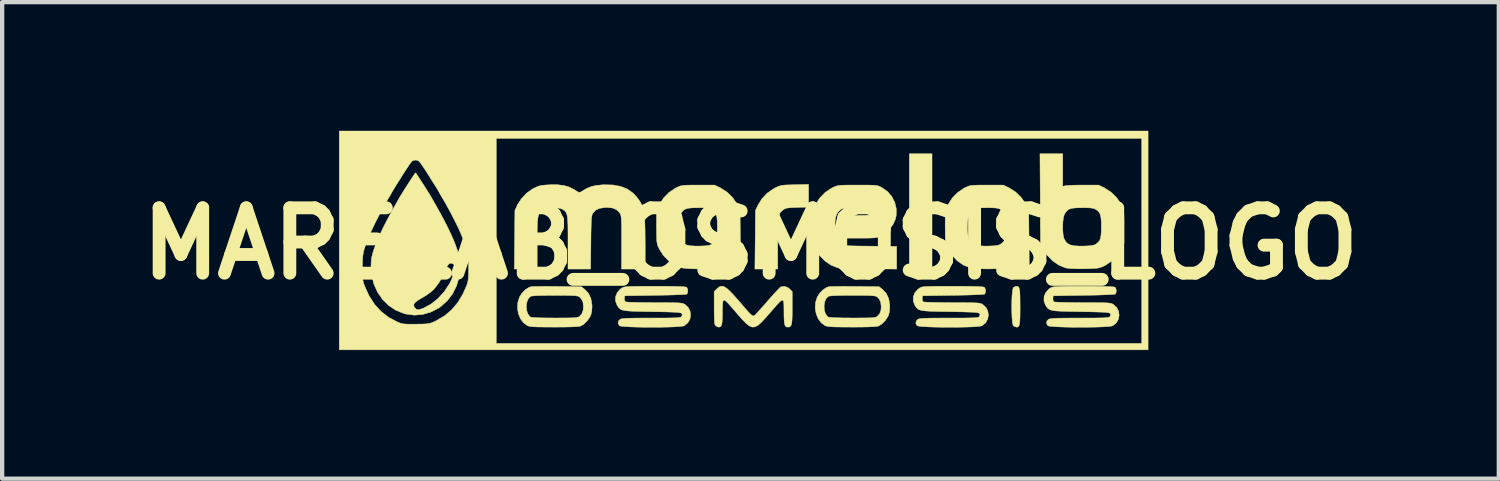
<source format=kicad_pcb>
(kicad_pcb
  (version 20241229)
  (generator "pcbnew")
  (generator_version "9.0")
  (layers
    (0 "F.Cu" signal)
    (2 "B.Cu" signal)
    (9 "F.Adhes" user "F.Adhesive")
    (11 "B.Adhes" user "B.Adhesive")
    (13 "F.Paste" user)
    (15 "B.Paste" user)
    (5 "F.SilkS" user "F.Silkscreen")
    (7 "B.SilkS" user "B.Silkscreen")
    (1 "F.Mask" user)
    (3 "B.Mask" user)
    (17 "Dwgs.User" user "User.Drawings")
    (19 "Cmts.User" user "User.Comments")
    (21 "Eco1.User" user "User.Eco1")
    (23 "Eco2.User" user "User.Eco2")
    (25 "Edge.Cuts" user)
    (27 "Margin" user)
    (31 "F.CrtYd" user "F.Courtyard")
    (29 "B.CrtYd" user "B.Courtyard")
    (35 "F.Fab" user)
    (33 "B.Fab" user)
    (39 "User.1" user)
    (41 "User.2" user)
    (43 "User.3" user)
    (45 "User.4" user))
  (footprint "MARELAB_OSMOSIS_LOGO"
    (layer "F.Cu")
    (at 14.449 2.63)
    (property "Reference" "MARELAB_OSMOSIS_LOGO" (at 0 0 0) (layer "F.SilkS") (effects (font (size 1.524 1.524) (thickness 0.3))))
    (attr through_hole)
    (fp_poly (pts (xy 4.233 0.593) (xy 3.704 0.593) (xy 3.704 -2.095) (xy 4.233 -2.095) (xy 4.233 0.593)) (stroke (width 0.01) (type solid)) (fill yes) (layer "F.SilkS"))
    (fp_poly (pts (xy 6.227 0.998) (xy 6.249 1.01) (xy 6.264 1.036) (xy 6.275 1.081) (xy 6.282 1.15) (xy 6.285 1.249) (xy 6.286 1.382) (xy 6.287 1.471) (xy 6.286 1.625) (xy 6.284 1.742) (xy 6.279 1.827) (xy 6.271 1.885) (xy 6.258 1.921) (xy 6.24 1.94) (xy 6.215 1.947) (xy 6.199 1.947) (xy 6.155 1.933) (xy 6.129 1.914) (xy 6.116 1.88) (xy 6.106 1.812) (xy 6.098 1.718) (xy 6.094 1.606) (xy 6.092 1.485) (xy 6.093 1.364) (xy 6.097 1.249) (xy 6.104 1.151) (xy 6.114 1.076) (xy 6.126 1.033) (xy 6.129 1.028) (xy 6.172 1.001) (xy 6.199 0.995) (xy 6.227 0.998)) (stroke (width 0.01) (type solid)) (fill yes) (layer "F.SilkS"))
    (fp_poly (pts (xy 1.355 -0.851) (xy 1.092 -0.844) (xy 0.977 -0.839) (xy 0.896 -0.834) (xy 0.841 -0.825) (xy 0.802 -0.812) (xy 0.77 -0.793) (xy 0.769 -0.792) (xy 0.732 -0.763) (xy 0.703 -0.734) (xy 0.68 -0.698) (xy 0.663 -0.652) (xy 0.651 -0.589) (xy 0.643 -0.506) (xy 0.638 -0.398) (xy 0.636 -0.259) (xy 0.635 -0.084) (xy 0.635 -0.005) (xy 0.635 0.593) (xy 0.103 0.593) (xy 0.11 -0.09) (xy 0.116 -0.773) (xy 0.173 -0.894) (xy 0.267 -1.046) (xy 0.392 -1.178) (xy 0.54 -1.281) (xy 0.569 -1.297) (xy 0.624 -1.323) (xy 0.671 -1.342) (xy 0.719 -1.354) (xy 0.776 -1.363) (xy 0.853 -1.368) (xy 0.959 -1.371) (xy 1.031 -1.373) (xy 1.355 -1.38) (xy 1.355 -0.851)) (stroke (width 0.01) (type solid)) (fill yes) (layer "F.SilkS"))
    (fp_poly (pts (xy -4.626 0.998) (xy -4.496 0.999) (xy -3.944 1.005) (xy -3.869 1.063) (xy -3.779 1.157) (xy -3.721 1.279) (xy -3.696 1.424) (xy -3.694 1.471) (xy -3.701 1.577) (xy -3.72 1.659) (xy -3.74 1.704) (xy -3.808 1.804) (xy -3.89 1.882) (xy -3.965 1.925) (xy -4.006 1.932) (xy -4.086 1.938) (xy -4.201 1.943) (xy -4.346 1.946) (xy -4.519 1.947) (xy -4.579 1.947) (xy -4.752 1.946) (xy -4.888 1.945) (xy -4.992 1.943) (xy -5.07 1.939) (xy -5.126 1.933) (xy -5.166 1.925) (xy -5.196 1.915) (xy -5.203 1.912) (xy -5.296 1.844) (xy -5.366 1.747) (xy -5.413 1.631) (xy -5.433 1.503) (xy -5.43 1.447) (xy -5.226 1.447) (xy -5.221 1.542) (xy -5.197 1.628) (xy -5.153 1.693) (xy -5.128 1.713) (xy -5.095 1.72) (xy -5.023 1.725) (xy -4.918 1.73) (xy -4.782 1.733) (xy -4.62 1.734) (xy -4.561 1.735) (xy -4.396 1.734) (xy -4.267 1.733) (xy -4.171 1.731) (xy -4.1 1.728) (xy -4.052 1.722) (xy -4.019 1.715) (xy -3.997 1.705) (xy -3.987 1.698) (xy -3.93 1.634) (xy -3.901 1.551) (xy -3.895 1.471) (xy -3.906 1.368) (xy -3.942 1.291) (xy -3.987 1.244) (xy -4.005 1.233) (xy -4.031 1.224) (xy -4.07 1.217) (xy -4.128 1.213) (xy -4.209 1.21) (xy -4.319 1.208) (xy -4.464 1.207) (xy -4.558 1.207) (xy -4.729 1.208) (xy -4.874 1.21) (xy -4.99 1.214) (xy -5.073 1.22) (xy -5.118 1.226) (xy -5.124 1.228) (xy -5.177 1.279) (xy -5.211 1.356) (xy -5.226 1.447) (xy -5.43 1.447) (xy -5.425 1.372) (xy -5.386 1.248) (xy -5.379 1.234) (xy -5.321 1.147) (xy -5.246 1.072) (xy -5.165 1.021) (xy -5.117 1.005) (xy -5.078 1.002) (xy -5.002 1) (xy -4.898 0.998) (xy -4.77 0.997) (xy -4.626 0.998)) (stroke (width 0.01) (type solid)) (fill yes) (layer "F.SilkS"))
    (fp_poly (pts (xy 2.316 0.998) (xy 2.446 0.999) (xy 2.998 1.005) (xy 3.074 1.063) (xy 3.163 1.157) (xy 3.222 1.279) (xy 3.247 1.424) (xy 3.248 1.471) (xy 3.242 1.577) (xy 3.223 1.659) (xy 3.203 1.704) (xy 3.135 1.804) (xy 3.053 1.882) (xy 2.978 1.925) (xy 2.937 1.932) (xy 2.857 1.938) (xy 2.742 1.943) (xy 2.596 1.946) (xy 2.423 1.947) (xy 2.364 1.947) (xy 2.191 1.946) (xy 2.055 1.945) (xy 1.951 1.943) (xy 1.873 1.939) (xy 1.817 1.933) (xy 1.776 1.925) (xy 1.747 1.915) (xy 1.739 1.912) (xy 1.647 1.844) (xy 1.576 1.747) (xy 1.53 1.631) (xy 1.509 1.503) (xy 1.513 1.447) (xy 1.717 1.447) (xy 1.721 1.542) (xy 1.745 1.628) (xy 1.789 1.693) (xy 1.815 1.713) (xy 1.848 1.72) (xy 1.92 1.725) (xy 2.025 1.73) (xy 2.161 1.733) (xy 2.323 1.734) (xy 2.381 1.735) (xy 2.547 1.734) (xy 2.675 1.733) (xy 2.772 1.731) (xy 2.842 1.728) (xy 2.891 1.722) (xy 2.924 1.715) (xy 2.946 1.705) (xy 2.956 1.698) (xy 3.013 1.634) (xy 3.042 1.551) (xy 3.048 1.471) (xy 3.037 1.368) (xy 3.001 1.291) (xy 2.956 1.244) (xy 2.937 1.233) (xy 2.911 1.224) (xy 2.872 1.217) (xy 2.815 1.213) (xy 2.734 1.21) (xy 2.623 1.208) (xy 2.479 1.207) (xy 2.385 1.207) (xy 2.214 1.208) (xy 2.068 1.21) (xy 1.952 1.214) (xy 1.87 1.22) (xy 1.824 1.226) (xy 1.819 1.228) (xy 1.766 1.279) (xy 1.731 1.356) (xy 1.717 1.447) (xy 1.513 1.447) (xy 1.517 1.372) (xy 1.556 1.248) (xy 1.563 1.234) (xy 1.622 1.147) (xy 1.697 1.072) (xy 1.778 1.021) (xy 1.825 1.005) (xy 1.865 1.002) (xy 1.94 1) (xy 2.045 0.998) (xy 2.172 0.997) (xy 2.316 0.998)) (stroke (width 0.01) (type solid)) (fill yes) (layer "F.SilkS"))
    (fp_poly (pts (xy 7.281 -1.335) (xy 7.35 -1.35) (xy 7.394 -1.355) (xy 7.472 -1.36) (xy 7.574 -1.363) (xy 7.692 -1.365) (xy 7.769 -1.365) (xy 8.118 -1.365) (xy 8.258 -1.297) (xy 8.408 -1.2) (xy 8.539 -1.072) (xy 8.639 -0.923) (xy 8.653 -0.894) (xy 8.674 -0.849) (xy 8.688 -0.808) (xy 8.698 -0.765) (xy 8.705 -0.71) (xy 8.708 -0.637) (xy 8.71 -0.537) (xy 8.71 -0.404) (xy 8.71 -0.391) (xy 8.71 -0.01) (xy 8.641 0.13) (xy 8.545 0.28) (xy 8.418 0.41) (xy 8.27 0.509) (xy 8.238 0.525) (xy 8.19 0.546) (xy 8.145 0.562) (xy 8.095 0.572) (xy 8.032 0.579) (xy 7.947 0.583) (xy 7.831 0.586) (xy 7.779 0.587) (xy 7.602 0.587) (xy 7.466 0.582) (xy 7.371 0.571) (xy 7.343 0.565) (xy 7.184 0.499) (xy 7.04 0.398) (xy 6.916 0.268) (xy 6.822 0.116) (xy 6.819 0.11) (xy 6.763 -0.011) (xy 6.76 -0.414) (xy 7.28 -0.414) (xy 7.282 -0.304) (xy 7.29 -0.206) (xy 7.306 -0.132) (xy 7.31 -0.121) (xy 7.348 -0.051) (xy 7.396 -0.001) (xy 7.463 0.032) (xy 7.553 0.051) (xy 7.675 0.058) (xy 7.769 0.057) (xy 7.882 0.053) (xy 7.961 0.045) (xy 8.016 0.032) (xy 8.05 0.015) (xy 8.101 -0.024) (xy 8.138 -0.067) (xy 8.161 -0.122) (xy 8.174 -0.198) (xy 8.18 -0.303) (xy 8.181 -0.392) (xy 8.179 -0.52) (xy 8.171 -0.614) (xy 8.155 -0.682) (xy 8.127 -0.732) (xy 8.086 -0.773) (xy 8.049 -0.799) (xy 8.016 -0.815) (xy 7.972 -0.826) (xy 7.908 -0.833) (xy 7.816 -0.836) (xy 7.734 -0.836) (xy 7.603 -0.834) (xy 7.507 -0.825) (xy 7.438 -0.806) (xy 7.388 -0.775) (xy 7.348 -0.728) (xy 7.318 -0.676) (xy 7.299 -0.613) (xy 7.286 -0.521) (xy 7.28 -0.414) (xy 6.76 -0.414) (xy 6.757 -1.053) (xy 6.75 -2.095) (xy 7.281 -2.095) (xy 7.281 -1.335)) (stroke (width 0.01) (type solid)) (fill yes) (layer "F.SilkS"))
    (fp_poly (pts (xy -0.603 1.01) (xy -0.543 1.052) (xy -0.47 1.119) (xy -0.38 1.215) (xy -0.269 1.34) (xy -0.22 1.397) (xy -0.128 1.504) (xy -0.059 1.583) (xy -0.008 1.636) (xy 0.028 1.669) (xy 0.054 1.684) (xy 0.074 1.686) (xy 0.092 1.679) (xy 0.114 1.658) (xy 0.159 1.61) (xy 0.222 1.541) (xy 0.299 1.455) (xy 0.384 1.357) (xy 0.397 1.342) (xy 0.484 1.243) (xy 0.563 1.155) (xy 0.63 1.084) (xy 0.679 1.033) (xy 0.707 1.009) (xy 0.709 1.008) (xy 0.794 0.996) (xy 0.873 1.025) (xy 0.912 1.057) (xy 0.974 1.119) (xy 0.974 1.5) (xy 0.973 1.649) (xy 0.97 1.761) (xy 0.963 1.842) (xy 0.951 1.895) (xy 0.933 1.927) (xy 0.908 1.943) (xy 0.875 1.947) (xy 0.871 1.947) (xy 0.837 1.942) (xy 0.812 1.923) (xy 0.797 1.884) (xy 0.787 1.818) (xy 0.782 1.72) (xy 0.781 1.631) (xy 0.78 1.502) (xy 0.778 1.407) (xy 0.77 1.346) (xy 0.753 1.318) (xy 0.723 1.324) (xy 0.678 1.362) (xy 0.612 1.432) (xy 0.524 1.534) (xy 0.469 1.597) (xy 0.352 1.731) (xy 0.257 1.833) (xy 0.178 1.903) (xy 0.108 1.941) (xy 0.043 1.947) (xy -0.024 1.921) (xy -0.099 1.863) (xy -0.188 1.773) (xy -0.296 1.65) (xy -0.342 1.597) (xy -0.444 1.479) (xy -0.52 1.393) (xy -0.575 1.339) (xy -0.612 1.317) (xy -0.635 1.328) (xy -0.647 1.372) (xy -0.652 1.45) (xy -0.654 1.562) (xy -0.654 1.631) (xy -0.656 1.754) (xy -0.662 1.841) (xy -0.674 1.898) (xy -0.692 1.931) (xy -0.719 1.945) (xy -0.744 1.947) (xy -0.788 1.933) (xy -0.813 1.914) (xy -0.826 1.896) (xy -0.834 1.864) (xy -0.841 1.814) (xy -0.844 1.74) (xy -0.846 1.634) (xy -0.847 1.5) (xy -0.847 1.119) (xy -0.785 1.057) (xy -0.74 1.018) (xy -0.698 0.996) (xy -0.653 0.992) (xy -0.603 1.01)) (stroke (width 0.01) (type solid)) (fill yes) (layer "F.SilkS"))
    (fp_poly (pts (xy -7.797 -1.634) (xy -7.765 -1.589) (xy -7.72 -1.521) (xy -7.667 -1.439) (xy -7.609 -1.349) (xy -7.552 -1.259) (xy -7.499 -1.175) (xy -7.457 -1.105) (xy -7.44 -1.077) (xy -7.29 -0.812) (xy -7.162 -0.578) (xy -7.055 -0.369) (xy -6.967 -0.183) (xy -6.896 -0.016) (xy -6.84 0.138) (xy -6.834 0.154) (xy -6.784 0.369) (xy -6.772 0.583) (xy -6.796 0.791) (xy -6.855 0.989) (xy -6.947 1.172) (xy -7.07 1.334) (xy -7.224 1.471) (xy -7.268 1.501) (xy -7.45 1.596) (xy -7.641 1.652) (xy -7.837 1.668) (xy -8.033 1.643) (xy -8.083 1.629) (xy -8.271 1.553) (xy -8.437 1.442) (xy -8.455 1.424) (xy -7.852 1.424) (xy -7.845 1.468) (xy -7.82 1.505) (xy -7.788 1.533) (xy -7.753 1.542) (xy -7.704 1.533) (xy -7.629 1.506) (xy -7.613 1.499) (xy -7.441 1.405) (xy -7.28 1.275) (xy -7.137 1.115) (xy -7.016 0.933) (xy -6.924 0.735) (xy -6.892 0.635) (xy -6.881 0.564) (xy -6.892 0.514) (xy -6.926 0.479) (xy -6.931 0.475) (xy -6.983 0.455) (xy -7.027 0.469) (xy -7.068 0.52) (xy -7.108 0.61) (xy -7.111 0.618) (xy -7.177 0.766) (xy -7.265 0.913) (xy -7.364 1.043) (xy -7.408 1.09) (xy -7.468 1.14) (xy -7.55 1.198) (xy -7.64 1.255) (xy -7.668 1.271) (xy -7.766 1.329) (xy -7.827 1.379) (xy -7.852 1.424) (xy -8.455 1.424) (xy -8.58 1.301) (xy -8.695 1.135) (xy -8.78 0.948) (xy -8.832 0.742) (xy -8.848 0.54) (xy -8.845 0.422) (xy -8.833 0.325) (xy -8.809 0.226) (xy -8.787 0.154) (xy -8.732 0.002) (xy -8.662 -0.164) (xy -8.576 -0.348) (xy -8.472 -0.553) (xy -8.347 -0.785) (xy -8.199 -1.046) (xy -8.181 -1.077) (xy -8.145 -1.137) (xy -8.097 -1.215) (xy -8.042 -1.303) (xy -7.983 -1.394) (xy -7.927 -1.481) (xy -7.877 -1.557) (xy -7.838 -1.614) (xy -7.815 -1.647) (xy -7.811 -1.651) (xy -7.797 -1.634)) (stroke (width 0.01) (type solid)) (fill yes) (layer "F.SilkS"))
    (fp_poly (pts (xy -0.696 -1.297) (xy -0.545 -1.2) (xy -0.415 -1.072) (xy -0.315 -0.923) (xy -0.3 -0.894) (xy -0.243 -0.773) (xy -0.23 0.593) (xy -0.494 0.593) (xy -0.598 0.591) (xy -0.683 0.587) (xy -0.742 0.581) (xy -0.765 0.573) (xy -0.766 0.572) (xy -0.79 0.563) (xy -0.848 0.57) (xy -0.857 0.572) (xy -0.924 0.581) (xy -1.022 0.587) (xy -1.139 0.59) (xy -1.264 0.59) (xy -1.386 0.586) (xy -1.495 0.58) (xy -1.578 0.57) (xy -1.61 0.564) (xy -1.766 0.501) (xy -1.909 0.402) (xy -2.032 0.275) (xy -2.127 0.126) (xy -2.134 0.11) (xy -2.155 0.065) (xy -2.169 0.025) (xy -2.179 -0.019) (xy -2.186 -0.074) (xy -2.189 -0.148) (xy -2.19 -0.248) (xy -2.191 -0.382) (xy -2.191 -0.414) (xy -1.673 -0.414) (xy -1.672 -0.304) (xy -1.663 -0.206) (xy -1.647 -0.132) (xy -1.643 -0.121) (xy -1.606 -0.051) (xy -1.557 -0.001) (xy -1.491 0.032) (xy -1.4 0.051) (xy -1.278 0.058) (xy -1.184 0.057) (xy -1.071 0.053) (xy -0.992 0.045) (xy -0.938 0.032) (xy -0.904 0.015) (xy -0.852 -0.024) (xy -0.816 -0.067) (xy -0.792 -0.122) (xy -0.779 -0.198) (xy -0.773 -0.303) (xy -0.773 -0.392) (xy -0.775 -0.52) (xy -0.783 -0.614) (xy -0.799 -0.682) (xy -0.827 -0.732) (xy -0.868 -0.773) (xy -0.904 -0.799) (xy -0.937 -0.815) (xy -0.981 -0.826) (xy -1.045 -0.833) (xy -1.138 -0.836) (xy -1.22 -0.836) (xy -1.35 -0.834) (xy -1.446 -0.825) (xy -1.515 -0.806) (xy -1.566 -0.775) (xy -1.605 -0.728) (xy -1.635 -0.676) (xy -1.654 -0.613) (xy -1.667 -0.521) (xy -1.673 -0.414) (xy -2.191 -0.414) (xy -2.191 -0.773) (xy -2.122 -0.913) (xy -2.026 -1.064) (xy -1.898 -1.194) (xy -1.749 -1.294) (xy -1.719 -1.309) (xy -1.674 -1.329) (xy -1.634 -1.344) (xy -1.59 -1.354) (xy -1.536 -1.36) (xy -1.462 -1.363) (xy -1.363 -1.365) (xy -1.229 -1.365) (xy -1.217 -1.365) (xy -0.835 -1.365) (xy -0.696 -1.297)) (stroke (width 0.01) (type solid)) (fill yes) (layer "F.SilkS"))
    (fp_poly (pts (xy 6.035 -1.297) (xy 6.186 -1.2) (xy 6.316 -1.072) (xy 6.416 -0.923) (xy 6.431 -0.894) (xy 6.488 -0.773) (xy 6.501 0.593) (xy 6.237 0.593) (xy 6.133 0.591) (xy 6.048 0.587) (xy 5.989 0.581) (xy 5.966 0.573) (xy 5.965 0.572) (xy 5.941 0.563) (xy 5.883 0.57) (xy 5.874 0.572) (xy 5.807 0.581) (xy 5.709 0.587) (xy 5.592 0.59) (xy 5.467 0.59) (xy 5.345 0.586) (xy 5.236 0.58) (xy 5.153 0.57) (xy 5.121 0.564) (xy 4.965 0.501) (xy 4.822 0.402) (xy 4.699 0.275) (xy 4.604 0.126) (xy 4.597 0.11) (xy 4.576 0.065) (xy 4.562 0.025) (xy 4.552 -0.019) (xy 4.545 -0.074) (xy 4.542 -0.148) (xy 4.541 -0.248) (xy 4.54 -0.382) (xy 4.54 -0.414) (xy 5.058 -0.414) (xy 5.059 -0.304) (xy 5.068 -0.206) (xy 5.084 -0.132) (xy 5.088 -0.121) (xy 5.125 -0.051) (xy 5.174 -0.001) (xy 5.24 0.032) (xy 5.331 0.051) (xy 5.453 0.058) (xy 5.547 0.057) (xy 5.66 0.053) (xy 5.739 0.045) (xy 5.793 0.032) (xy 5.827 0.015) (xy 5.879 -0.024) (xy 5.915 -0.067) (xy 5.939 -0.122) (xy 5.952 -0.198) (xy 5.958 -0.303) (xy 5.958 -0.392) (xy 5.956 -0.52) (xy 5.948 -0.614) (xy 5.932 -0.682) (xy 5.904 -0.732) (xy 5.863 -0.773) (xy 5.827 -0.799) (xy 5.794 -0.815) (xy 5.75 -0.826) (xy 5.686 -0.833) (xy 5.593 -0.836) (xy 5.511 -0.836) (xy 5.381 -0.834) (xy 5.285 -0.825) (xy 5.216 -0.806) (xy 5.165 -0.775) (xy 5.126 -0.728) (xy 5.096 -0.676) (xy 5.077 -0.613) (xy 5.064 -0.521) (xy 5.058 -0.414) (xy 4.54 -0.414) (xy 4.54 -0.773) (xy 4.609 -0.913) (xy 4.705 -1.064) (xy 4.833 -1.194) (xy 4.982 -1.294) (xy 5.012 -1.309) (xy 5.057 -1.329) (xy 5.097 -1.344) (xy 5.141 -1.354) (xy 5.195 -1.36) (xy 5.269 -1.363) (xy 5.368 -1.365) (xy 5.502 -1.365) (xy 5.514 -1.365) (xy 5.896 -1.365) (xy 6.035 -1.297)) (stroke (width 0.01) (type solid)) (fill yes) (layer "F.SilkS"))
    (fp_poly (pts (xy -3.206 -1.367) (xy -3.026 -1.334) (xy -2.871 -1.272) (xy -2.741 -1.18) (xy -2.658 -1.093) (xy -2.606 -1.025) (xy -2.564 -0.959) (xy -2.53 -0.89) (xy -2.504 -0.813) (xy -2.485 -0.722) (xy -2.471 -0.613) (xy -2.463 -0.479) (xy -2.458 -0.317) (xy -2.456 -0.12) (xy -2.455 0.004) (xy -2.455 0.593) (xy -3.006 0.593) (xy -3.006 -0.029) (xy -3.006 -0.207) (xy -3.006 -0.348) (xy -3.007 -0.457) (xy -3.01 -0.539) (xy -3.014 -0.599) (xy -3.019 -0.641) (xy -3.027 -0.672) (xy -3.037 -0.695) (xy -3.05 -0.716) (xy -3.054 -0.722) (xy -3.123 -0.791) (xy -3.22 -0.831) (xy -3.347 -0.843) (xy -3.403 -0.84) (xy -3.517 -0.822) (xy -3.6 -0.785) (xy -3.664 -0.724) (xy -3.677 -0.704) (xy -3.688 -0.684) (xy -3.697 -0.656) (xy -3.704 -0.616) (xy -3.709 -0.56) (xy -3.713 -0.481) (xy -3.716 -0.375) (xy -3.719 -0.238) (xy -3.721 -0.064) (xy -3.721 -0.027) (xy -3.728 0.593) (xy -4.255 0.593) (xy -4.255 -0.022) (xy -4.255 -0.212) (xy -4.256 -0.364) (xy -4.259 -0.484) (xy -4.265 -0.575) (xy -4.273 -0.644) (xy -4.286 -0.694) (xy -4.304 -0.731) (xy -4.327 -0.759) (xy -4.356 -0.783) (xy -4.375 -0.796) (xy -4.44 -0.822) (xy -4.531 -0.837) (xy -4.632 -0.839) (xy -4.73 -0.83) (xy -4.809 -0.809) (xy -4.84 -0.792) (xy -4.877 -0.763) (xy -4.906 -0.734) (xy -4.929 -0.698) (xy -4.946 -0.652) (xy -4.958 -0.589) (xy -4.966 -0.506) (xy -4.971 -0.398) (xy -4.973 -0.259) (xy -4.974 -0.084) (xy -4.974 -0.005) (xy -4.974 0.593) (xy -5.506 0.593) (xy -5.493 -0.773) (xy -5.436 -0.894) (xy -5.344 -1.044) (xy -5.221 -1.176) (xy -5.076 -1.278) (xy -5.043 -1.295) (xy -4.977 -1.326) (xy -4.92 -1.346) (xy -4.858 -1.359) (xy -4.779 -1.366) (xy -4.671 -1.372) (xy -4.669 -1.372) (xy -4.494 -1.372) (xy -4.35 -1.355) (xy -4.227 -1.319) (xy -4.116 -1.263) (xy -4.086 -1.244) (xy -4.03 -1.208) (xy -3.995 -1.194) (xy -3.967 -1.199) (xy -3.938 -1.216) (xy -3.825 -1.283) (xy -3.719 -1.328) (xy -3.605 -1.355) (xy -3.469 -1.369) (xy -3.417 -1.372) (xy -3.206 -1.367)) (stroke (width 0.01) (type solid)) (fill yes) (layer "F.SilkS"))
    (fp_poly (pts (xy 2.648 -1.365) (xy 2.762 -1.364) (xy 2.847 -1.362) (xy 2.909 -1.358) (xy 2.955 -1.351) (xy 2.991 -1.341) (xy 3.024 -1.327) (xy 3.06 -1.308) (xy 3.193 -1.216) (xy 3.295 -1.098) (xy 3.365 -0.961) (xy 3.4 -0.811) (xy 3.398 -0.654) (xy 3.379 -0.567) (xy 3.326 -0.45) (xy 3.243 -0.337) (xy 3.14 -0.24) (xy 3.038 -0.177) (xy 2.997 -0.159) (xy 2.958 -0.146) (xy 2.912 -0.137) (xy 2.852 -0.132) (xy 2.77 -0.129) (xy 2.66 -0.127) (xy 2.545 -0.127) (xy 2.159 -0.127) (xy 2.159 -0.656) (xy 2.482 -0.656) (xy 2.596 -0.658) (xy 2.695 -0.66) (xy 2.772 -0.664) (xy 2.818 -0.67) (xy 2.827 -0.672) (xy 2.862 -0.717) (xy 2.859 -0.77) (xy 2.834 -0.807) (xy 2.814 -0.824) (xy 2.79 -0.835) (xy 2.755 -0.842) (xy 2.7 -0.846) (xy 2.619 -0.846) (xy 2.505 -0.844) (xy 2.476 -0.843) (xy 2.351 -0.84) (xy 2.261 -0.835) (xy 2.199 -0.829) (xy 2.155 -0.82) (xy 2.123 -0.806) (xy 2.102 -0.792) (xy 2.045 -0.74) (xy 2.005 -0.675) (xy 1.981 -0.591) (xy 1.97 -0.479) (xy 1.969 -0.392) (xy 1.973 -0.258) (xy 1.989 -0.157) (xy 2.018 -0.082) (xy 2.064 -0.023) (xy 2.102 0.009) (xy 2.121 0.022) (xy 2.144 0.032) (xy 2.175 0.04) (xy 2.218 0.045) (xy 2.28 0.05) (xy 2.365 0.053) (xy 2.479 0.056) (xy 2.625 0.058) (xy 2.785 0.059) (xy 3.408 0.066) (xy 3.408 0.593) (xy 2.768 0.591) (xy 2.544 0.59) (xy 2.361 0.587) (xy 2.218 0.582) (xy 2.114 0.576) (xy 2.046 0.567) (xy 2.031 0.564) (xy 1.875 0.501) (xy 1.732 0.402) (xy 1.609 0.275) (xy 1.514 0.126) (xy 1.506 0.11) (xy 1.486 0.065) (xy 1.471 0.025) (xy 1.461 -0.019) (xy 1.455 -0.074) (xy 1.452 -0.148) (xy 1.45 -0.248) (xy 1.45 -0.382) (xy 1.45 -0.773) (xy 1.519 -0.913) (xy 1.615 -1.064) (xy 1.743 -1.194) (xy 1.892 -1.294) (xy 1.922 -1.309) (xy 1.963 -1.327) (xy 2 -1.341) (xy 2.039 -1.351) (xy 2.088 -1.358) (xy 2.153 -1.362) (xy 2.241 -1.364) (xy 2.359 -1.365) (xy 2.498 -1.365) (xy 2.648 -1.365)) (stroke (width 0.01) (type solid)) (fill yes) (layer "F.SilkS"))
    (fp_poly (pts (xy 9.271 2.477) (xy -9.588 2.477) (xy -9.588 0.55) (xy -9.048 0.55) (xy -9.048 0.676) (xy -9.045 0.769) (xy -9.039 0.84) (xy -9.028 0.897) (xy -9.012 0.95) (xy -9 0.984) (xy -8.892 1.219) (xy -8.763 1.419) (xy -8.611 1.585) (xy -8.433 1.722) (xy -8.226 1.83) (xy -8.191 1.845) (xy -8.146 1.861) (xy -8.094 1.871) (xy -8.028 1.877) (xy -7.938 1.879) (xy -7.817 1.879) (xy -7.789 1.878) (xy -7.668 1.876) (xy -7.58 1.873) (xy -7.515 1.866) (xy -7.464 1.856) (xy -7.416 1.839) (xy -7.363 1.815) (xy -7.334 1.801) (xy -7.136 1.685) (xy -6.967 1.543) (xy -6.824 1.372) (xy -6.702 1.168) (xy -6.621 0.984) (xy -6.601 0.928) (xy -6.588 0.875) (xy -6.579 0.813) (xy -6.575 0.735) (xy -6.573 0.63) (xy -6.573 0.55) (xy -6.574 0.434) (xy -6.578 0.339) (xy -6.586 0.256) (xy -6.602 0.176) (xy -6.627 0.091) (xy -6.663 -0.009) (xy -6.712 -0.134) (xy -6.753 -0.232) (xy -6.795 -0.329) (xy -6.854 -0.451) (xy -6.924 -0.59) (xy -6.998 -0.733) (xy -7.073 -0.871) (xy -7.142 -0.994) (xy -7.178 -1.055) (xy -7.218 -1.121) (xy -7.247 -1.171) (xy -7.26 -1.196) (xy -7.26 -1.197) (xy -7.271 -1.217) (xy -7.3 -1.266) (xy -7.344 -1.337) (xy -7.398 -1.423) (xy -7.457 -1.517) (xy -7.518 -1.613) (xy -7.575 -1.703) (xy -7.626 -1.78) (xy -7.649 -1.814) (xy -7.696 -1.883) (xy -7.731 -1.922) (xy -7.762 -1.941) (xy -7.8 -1.946) (xy -7.811 -1.946) (xy -7.851 -1.943) (xy -7.883 -1.928) (xy -7.917 -1.893) (xy -7.961 -1.832) (xy -7.972 -1.814) (xy -8.017 -1.746) (xy -8.072 -1.662) (xy -8.131 -1.569) (xy -8.192 -1.473) (xy -8.249 -1.382) (xy -8.299 -1.302) (xy -8.336 -1.24) (xy -8.358 -1.204) (xy -8.361 -1.197) (xy -8.371 -1.177) (xy -8.398 -1.13) (xy -8.436 -1.066) (xy -8.443 -1.055) (xy -8.506 -0.947) (xy -8.578 -0.816) (xy -8.653 -0.675) (xy -8.727 -0.532) (xy -8.792 -0.399) (xy -8.845 -0.286) (xy -8.868 -0.232) (xy -8.927 -0.087) (xy -8.972 0.028) (xy -9.004 0.122) (xy -9.025 0.204) (xy -9.038 0.284) (xy -9.045 0.37) (xy -9.048 0.472) (xy -9.048 0.55) (xy -9.588 0.55) (xy -9.588 -2.455) (xy -5.927 -2.455) (xy -5.927 2.328) (xy 9.123 2.328) (xy 9.123 -2.455) (xy -5.927 -2.455) (xy -9.588 -2.455) (xy -9.588 -2.625) (xy 9.271 -2.625) (xy 9.271 2.477)) (stroke (width 0.01) (type solid)) (fill yes) (layer "F.SilkS"))
    (fp_poly (pts (xy -2.013 0.995) (xy -1.843 0.997) (xy -1.711 0.999) (xy -1.611 1.003) (xy -1.542 1.008) (xy -1.501 1.014) (xy -1.486 1.02) (xy -1.466 1.062) (xy -1.462 1.117) (xy -1.474 1.164) (xy -1.487 1.179) (xy -1.514 1.183) (xy -1.578 1.188) (xy -1.674 1.192) (xy -1.797 1.197) (xy -1.942 1.201) (xy -2.103 1.204) (xy -2.223 1.206) (xy -2.932 1.217) (xy -2.939 1.278) (xy -2.935 1.33) (xy -2.917 1.357) (xy -2.89 1.362) (xy -2.825 1.366) (xy -2.73 1.369) (xy -2.608 1.372) (xy -2.465 1.374) (xy -2.307 1.375) (xy -2.244 1.376) (xy -2.06 1.376) (xy -1.914 1.377) (xy -1.801 1.378) (xy -1.715 1.381) (xy -1.652 1.384) (xy -1.606 1.39) (xy -1.574 1.397) (xy -1.549 1.407) (xy -1.53 1.417) (xy -1.454 1.486) (xy -1.409 1.573) (xy -1.395 1.668) (xy -1.412 1.763) (xy -1.46 1.847) (xy -1.538 1.912) (xy -1.546 1.916) (xy -1.586 1.926) (xy -1.66 1.934) (xy -1.764 1.941) (xy -1.89 1.946) (xy -2.032 1.949) (xy -2.185 1.951) (xy -2.343 1.951) (xy -2.499 1.95) (xy -2.647 1.947) (xy -2.781 1.943) (xy -2.895 1.937) (xy -2.984 1.93) (xy -3.04 1.921) (xy -3.057 1.914) (xy -3.087 1.86) (xy -3.078 1.805) (xy -3.043 1.769) (xy -3.025 1.759) (xy -2.996 1.752) (xy -2.953 1.746) (xy -2.891 1.742) (xy -2.804 1.739) (xy -2.69 1.737) (xy -2.544 1.736) (xy -2.36 1.736) (xy -2.316 1.736) (xy -2.125 1.735) (xy -1.973 1.735) (xy -1.854 1.733) (xy -1.765 1.731) (xy -1.7 1.727) (xy -1.656 1.722) (xy -1.628 1.715) (xy -1.612 1.707) (xy -1.607 1.702) (xy -1.591 1.661) (xy -1.602 1.633) (xy -1.612 1.623) (xy -1.631 1.615) (xy -1.664 1.609) (xy -1.714 1.603) (xy -1.787 1.599) (xy -1.887 1.596) (xy -2.018 1.592) (xy -2.185 1.589) (xy -2.289 1.587) (xy -2.485 1.584) (xy -2.643 1.581) (xy -2.768 1.576) (xy -2.865 1.57) (xy -2.938 1.561) (xy -2.991 1.548) (xy -3.03 1.53) (xy -3.06 1.507) (xy -3.084 1.478) (xy -3.107 1.442) (xy -3.112 1.433) (xy -3.148 1.337) (xy -3.146 1.238) (xy -3.108 1.144) (xy -3.038 1.064) (xy -3.001 1.037) (xy -2.98 1.026) (xy -2.956 1.016) (xy -2.924 1.009) (xy -2.88 1.004) (xy -2.819 1) (xy -2.736 0.998) (xy -2.627 0.996) (xy -2.487 0.995) (xy -2.311 0.995) (xy -2.221 0.995) (xy -2.013 0.995)) (stroke (width 0.01) (type solid)) (fill yes) (layer "F.SilkS"))
    (fp_poly (pts (xy 4.93 0.995) (xy 5.099 0.997) (xy 5.232 0.999) (xy 5.331 1.003) (xy 5.4 1.008) (xy 5.441 1.014) (xy 5.457 1.02) (xy 5.477 1.062) (xy 5.481 1.117) (xy 5.469 1.164) (xy 5.456 1.179) (xy 5.429 1.183) (xy 5.365 1.188) (xy 5.269 1.192) (xy 5.146 1.197) (xy 5.001 1.201) (xy 4.84 1.204) (xy 4.72 1.206) (xy 4.011 1.217) (xy 4.004 1.278) (xy 4.008 1.33) (xy 4.025 1.357) (xy 4.053 1.362) (xy 4.117 1.366) (xy 4.213 1.369) (xy 4.335 1.372) (xy 4.478 1.374) (xy 4.635 1.375) (xy 4.699 1.376) (xy 4.882 1.376) (xy 5.028 1.377) (xy 5.142 1.378) (xy 5.228 1.381) (xy 5.291 1.384) (xy 5.337 1.39) (xy 5.369 1.397) (xy 5.394 1.407) (xy 5.412 1.417) (xy 5.489 1.486) (xy 5.534 1.573) (xy 5.548 1.668) (xy 5.531 1.763) (xy 5.483 1.847) (xy 5.404 1.912) (xy 5.397 1.916) (xy 5.357 1.926) (xy 5.282 1.934) (xy 5.179 1.941) (xy 5.053 1.946) (xy 4.91 1.949) (xy 4.757 1.951) (xy 4.6 1.951) (xy 4.444 1.95) (xy 4.296 1.947) (xy 4.162 1.943) (xy 4.047 1.937) (xy 3.959 1.93) (xy 3.903 1.921) (xy 3.886 1.914) (xy 3.855 1.86) (xy 3.865 1.805) (xy 3.899 1.769) (xy 3.918 1.759) (xy 3.946 1.752) (xy 3.99 1.746) (xy 4.052 1.742) (xy 4.138 1.739) (xy 4.252 1.737) (xy 4.399 1.736) (xy 4.582 1.736) (xy 4.627 1.736) (xy 4.817 1.735) (xy 4.97 1.735) (xy 5.089 1.733) (xy 5.178 1.731) (xy 5.243 1.727) (xy 5.287 1.722) (xy 5.315 1.715) (xy 5.331 1.707) (xy 5.335 1.702) (xy 5.352 1.661) (xy 5.341 1.633) (xy 5.331 1.623) (xy 5.312 1.615) (xy 5.279 1.609) (xy 5.228 1.603) (xy 5.155 1.599) (xy 5.056 1.596) (xy 4.925 1.592) (xy 4.758 1.589) (xy 4.653 1.587) (xy 4.458 1.584) (xy 4.3 1.581) (xy 4.174 1.576) (xy 4.078 1.57) (xy 4.005 1.561) (xy 3.951 1.548) (xy 3.912 1.53) (xy 3.883 1.507) (xy 3.859 1.478) (xy 3.836 1.442) (xy 3.83 1.433) (xy 3.795 1.337) (xy 3.797 1.238) (xy 3.834 1.144) (xy 3.905 1.064) (xy 3.942 1.037) (xy 3.963 1.026) (xy 3.987 1.016) (xy 4.018 1.009) (xy 4.062 1.004) (xy 4.124 1) (xy 4.206 0.998) (xy 4.316 0.996) (xy 4.456 0.995) (xy 4.632 0.995) (xy 4.721 0.995) (xy 4.93 0.995)) (stroke (width 0.01) (type solid)) (fill yes) (layer "F.SilkS"))
    (fp_poly (pts (xy 7.978 0.995) (xy 8.147 0.997) (xy 8.28 0.999) (xy 8.379 1.003) (xy 8.448 1.008) (xy 8.489 1.014) (xy 8.505 1.02) (xy 8.525 1.062) (xy 8.529 1.117) (xy 8.517 1.164) (xy 8.504 1.179) (xy 8.477 1.183) (xy 8.413 1.188) (xy 8.317 1.192) (xy 8.194 1.197) (xy 8.049 1.201) (xy 7.888 1.204) (xy 7.768 1.206) (xy 7.059 1.217) (xy 7.052 1.278) (xy 7.056 1.33) (xy 7.073 1.357) (xy 7.101 1.362) (xy 7.165 1.366) (xy 7.261 1.369) (xy 7.383 1.372) (xy 7.526 1.374) (xy 7.683 1.375) (xy 7.747 1.376) (xy 7.93 1.376) (xy 8.076 1.377) (xy 8.19 1.378) (xy 8.276 1.381) (xy 8.339 1.384) (xy 8.385 1.39) (xy 8.417 1.397) (xy 8.442 1.407) (xy 8.46 1.417) (xy 8.537 1.486) (xy 8.582 1.573) (xy 8.596 1.668) (xy 8.579 1.763) (xy 8.531 1.847) (xy 8.452 1.912) (xy 8.445 1.916) (xy 8.405 1.926) (xy 8.33 1.934) (xy 8.227 1.941) (xy 8.101 1.946) (xy 7.958 1.949) (xy 7.805 1.951) (xy 7.648 1.951) (xy 7.492 1.95) (xy 7.344 1.947) (xy 7.21 1.943) (xy 7.095 1.937) (xy 7.007 1.93) (xy 6.951 1.921) (xy 6.934 1.914) (xy 6.903 1.86) (xy 6.913 1.805) (xy 6.947 1.769) (xy 6.966 1.759) (xy 6.994 1.752) (xy 7.038 1.746) (xy 7.1 1.742) (xy 7.186 1.739) (xy 7.3 1.737) (xy 7.447 1.736) (xy 7.63 1.736) (xy 7.675 1.736) (xy 7.865 1.735) (xy 8.018 1.735) (xy 8.137 1.733) (xy 8.226 1.731) (xy 8.291 1.727) (xy 8.335 1.722) (xy 8.363 1.715) (xy 8.379 1.707) (xy 8.383 1.702) (xy 8.4 1.661) (xy 8.389 1.633) (xy 8.379 1.623) (xy 8.36 1.615) (xy 8.327 1.609) (xy 8.276 1.603) (xy 8.203 1.599) (xy 8.104 1.596) (xy 7.973 1.592) (xy 7.806 1.589) (xy 7.701 1.587) (xy 7.506 1.584) (xy 7.348 1.581) (xy 7.222 1.576) (xy 7.126 1.57) (xy 7.053 1.561) (xy 6.999 1.548) (xy 6.96 1.53) (xy 6.931 1.507) (xy 6.907 1.478) (xy 6.884 1.442) (xy 6.878 1.433) (xy 6.843 1.337) (xy 6.845 1.238) (xy 6.882 1.144) (xy 6.953 1.064) (xy 6.99 1.037) (xy 7.011 1.026) (xy 7.035 1.016) (xy 7.066 1.009) (xy 7.11 1.004) (xy 7.172 1) (xy 7.254 0.998) (xy 7.364 0.996) (xy 7.504 0.995) (xy 7.68 0.995) (xy 7.769 0.995) (xy 7.978 0.995)) (stroke (width 0.01) (type solid)) (fill yes) (layer "F.SilkS")))
  (gr_rect
    (start -3 -3)
    (end 31.898 8.111)
    (stroke (width 0.1) (type default))
    (fill no)
    (layer "Edge.Cuts")))
</source>
